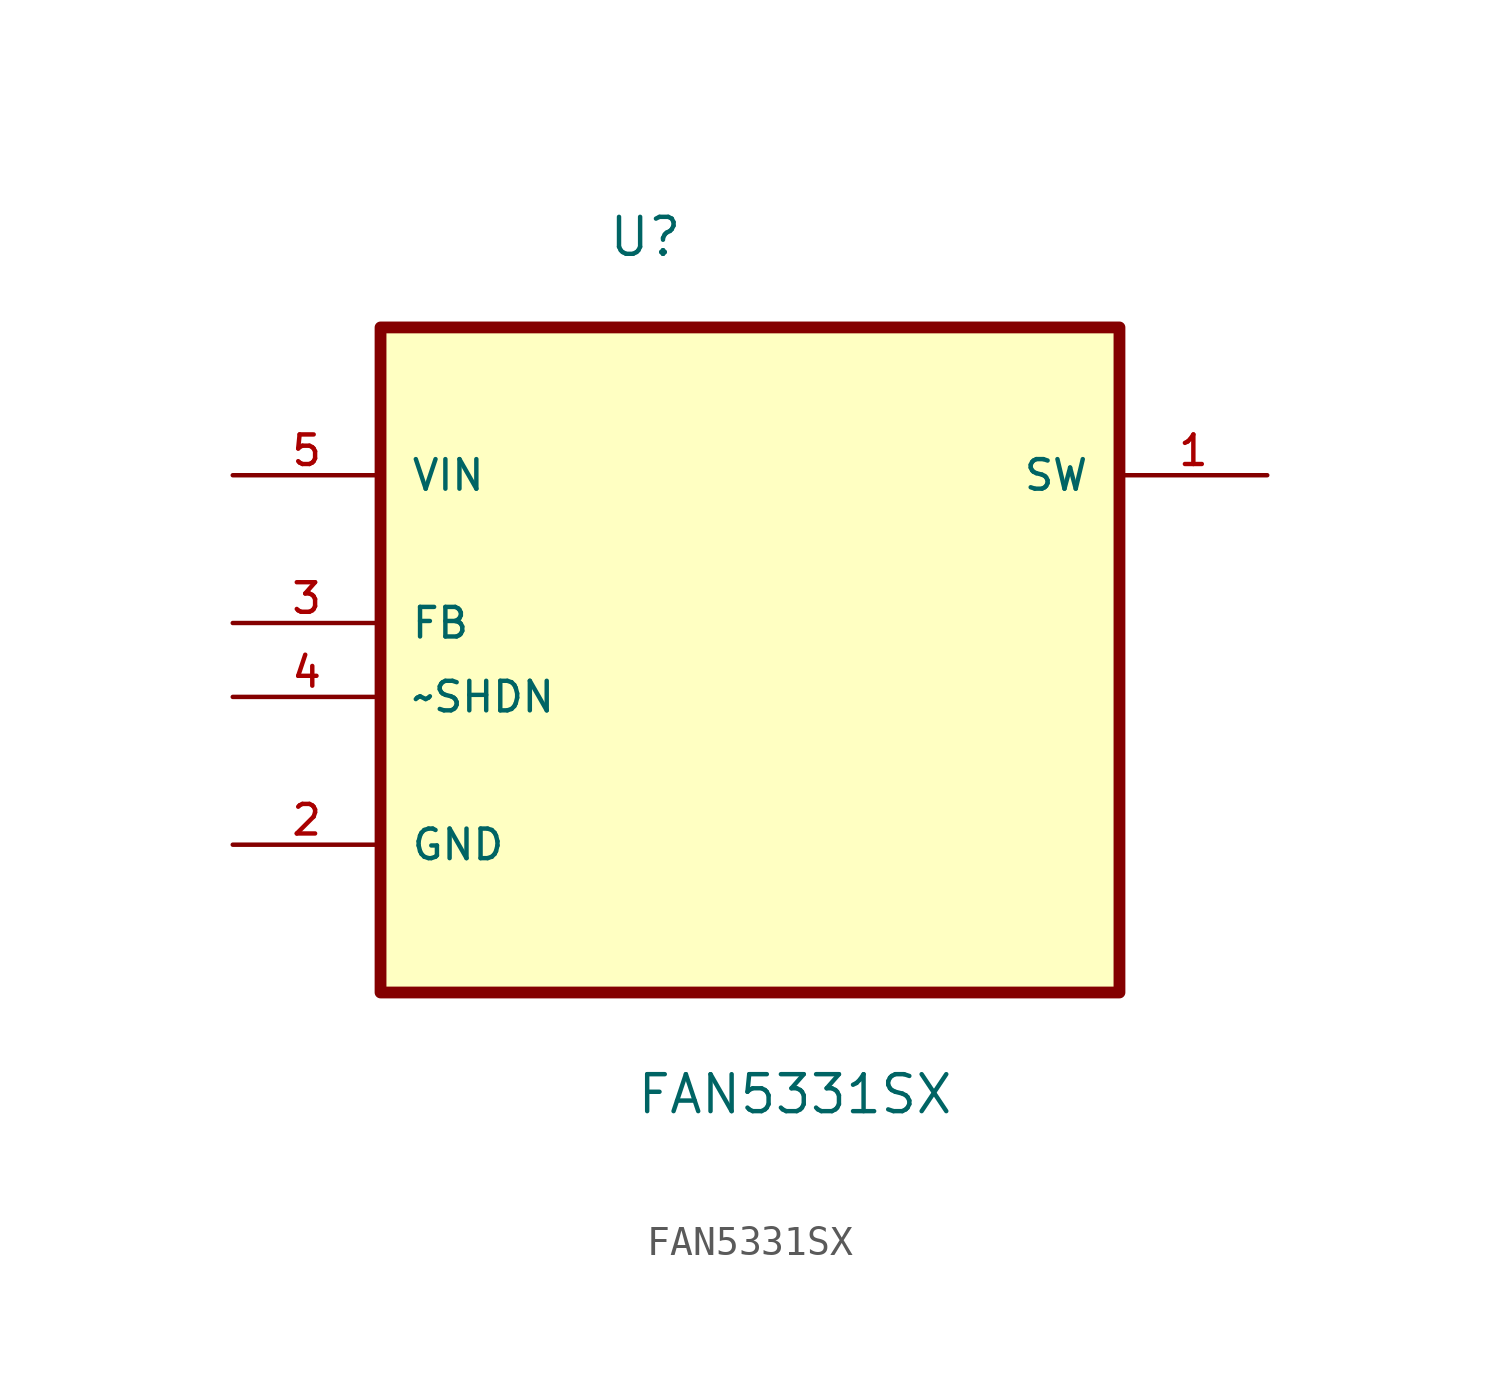
<source format=kicad_sym>
(kicad_symbol_lib
  (version 20211014)
  (generator kicad_symbol_editor)
  (symbol "FAN5331SX"
    (pin_names
      (offset 1.016))
    (property "Reference" "U"
      (at -4.905 9.988 0.0)
      (effects (font (size 1.27 1.27)) (justify bottom left)))
    (property "Value" "FAN5331SX"
      (at -3.937 -19.482 0.0)
      (effects (font (size 1.27 1.27)) (justify bottom left)))
    (symbol "FAN5331SX_0_0"
      (rectangle (start -12.7 -15.24) (end 12.7 7.62) (stroke (width 0.406)) (fill (type background)))
      (pin power_in line (at -17.78 2.54 0) (length 5.08) (name "VIN" (effects (font (size 1.016 1.016)))) (number "5" (effects (font (size 1.016 1.016)))))
      (pin input line (at -17.78 -2.54 0) (length 5.08) (name "FB" (effects (font (size 1.016 1.016)))) (number "3" (effects (font (size 1.016 1.016)))))
      (pin input line (at -17.78 -5.08 0) (length 5.08) (name "~SHDN" (effects (font (size 1.016 1.016)))) (number "4" (effects (font (size 1.016 1.016)))))
      (pin passive line (at -17.78 -10.16 0) (length 5.08) (name "GND" (effects (font (size 1.016 1.016)))) (number "2" (effects (font (size 1.016 1.016)))))
      (pin output line (at 17.78 2.54 180.0) (length 5.08) (name "SW" (effects (font (size 1.016 1.016)))) (number "1" (effects (font (size 1.016 1.016))))))))
</source>
